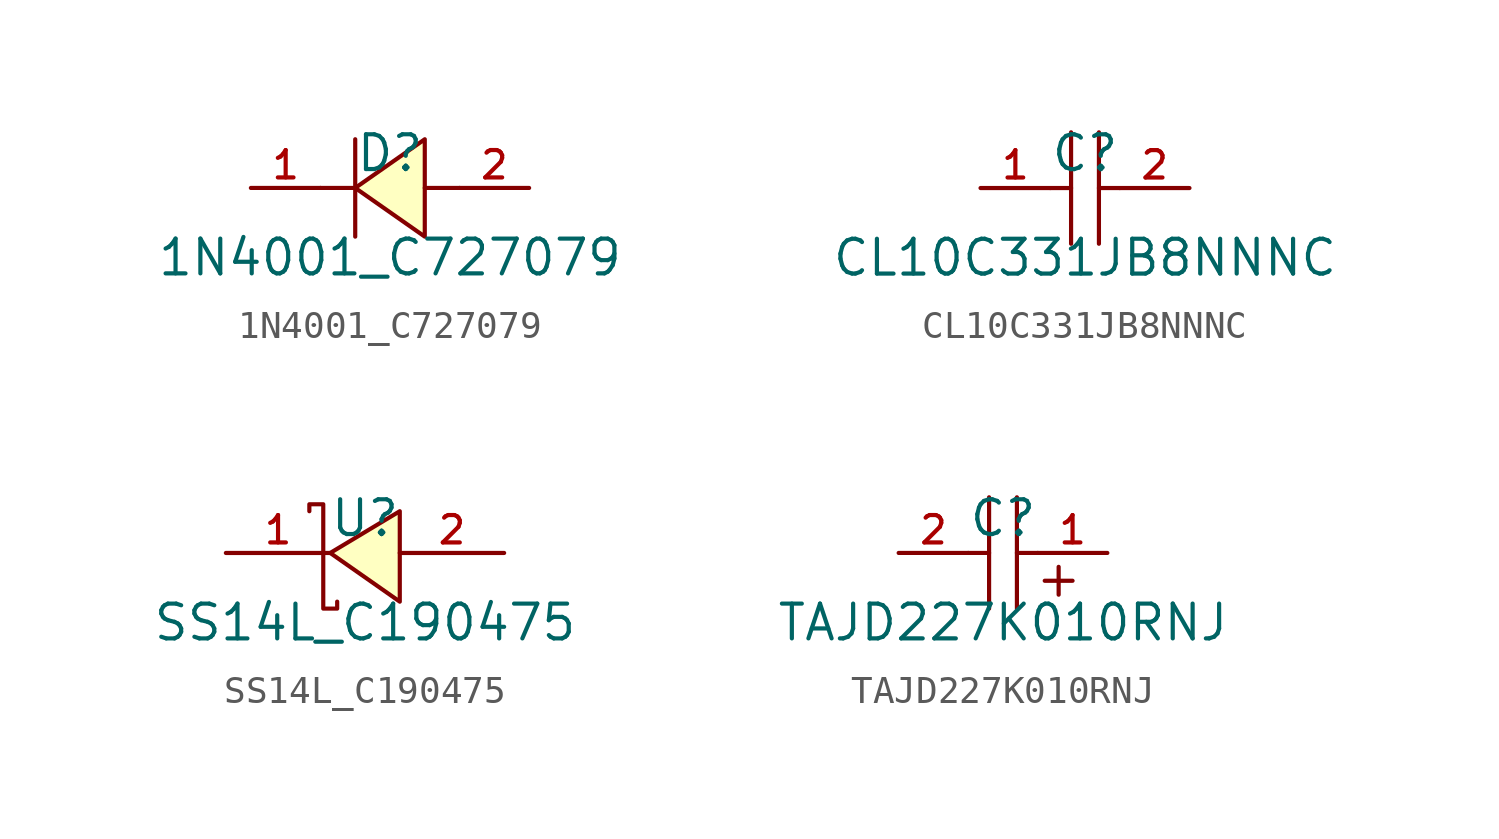
<source format=kicad_sym>
(kicad_symbol_lib
  (version 20210201)
  (generator TousstNicolas/JLC2KiCad_lib)
  (symbol "1N4001_C727079"
    (pin_names hide)
    (property "Reference" "D"
      (at 0 1.27 0)
      (effects (font (size 1.27 1.27))))
    (property "Value" "1N4001_C727079"
      (at 0 -2.54 0)
      (effects (font (size 1.27 1.27))))
    (symbol "1N4001_C727079_0_1"
      (pin unspecified line (at 5.08 -0.0 180) (length 2.54) (name "A" (effects (font (size 1 1)))) (number "2" (effects (font (size 1 1)))))
      (pin unspecified line (at -5.08 -0.0 0) (length 2.54) (name "K" (effects (font (size 1 1)))) (number "1" (effects (font (size 1 1)))))
      (polyline (pts (xy -1.27 -0.0) (xy -2.54 -0.0)) (stroke (width 0) (type default) (color 0 0 0 0)) (fill (type none)))
      (polyline (pts (xy 2.54 -0.0) (xy 1.27 -0.0)) (stroke (width 0) (type default) (color 0 0 0 0)) (fill (type none)))
      (polyline (pts (xy -1.27 1.778) (xy -1.27 -1.778)) (stroke (width 0) (type default) (color 0 0 0 0)) (fill (type none)))
      (polyline (pts (xy 1.27 1.778) (xy -1.27 -0.0) (xy 1.27 -1.778) (xy 1.27 1.778)) (stroke (width 0) (type default) (color 0 0 0 0)) (fill (type background)))))
  (symbol "CL10C331JB8NNNC"
    (pin_names hide)
    (property "Reference" "C"
      (at 0 1.27 0)
      (effects (font (size 1.27 1.27))))
    (property "Value" "CL10C331JB8NNNC"
      (at 0 -2.54 0)
      (effects (font (size 1.27 1.27))))
    (symbol "CL10C331JB8NNNC_0_1"
      (polyline (pts (xy -0.508 2.032) (xy -0.508 -2.032)) (stroke (width 0) (type default) (color 0 0 0 0)) (fill (type none)))
      (polyline (pts (xy 0.508 2.032) (xy 0.508 -2.032)) (stroke (width 0) (type default) (color 0 0 0 0)) (fill (type none)))
      (pin input line (at -3.81 -0.0 0) (length 2.54) (name "1" (effects (font (size 1 1)))) (number "1" (effects (font (size 1 1)))))
      (pin input line (at 3.81 -0.0 180) (length 2.54) (name "2" (effects (font (size 1 1)))) (number "2" (effects (font (size 1 1)))))
      (polyline (pts (xy -1.27 -0.0) (xy -0.508 -0.0)) (stroke (width 0) (type default) (color 0 0 0 0)) (fill (type none)))
      (polyline (pts (xy 0.508 -0.0) (xy 1.27 -0.0)) (stroke (width 0) (type default) (color 0 0 0 0)) (fill (type none)))))
  (symbol "SS14L_C190475"
    (pin_names hide)
    (property "Reference" "U"
      (at 0 1.27 0)
      (effects (font (size 1.27 1.27))))
    (property "Value" "SS14L_C190475"
      (at 0 -2.54 0)
      (effects (font (size 1.27 1.27))))
    (symbol "SS14L_C190475_0_1"
      (pin unspecified line (at 5.08 -0.0 180) (length 3.81) (name "A" (effects (font (size 1 1)))) (number "2" (effects (font (size 1 1)))))
      (pin unspecified line (at -5.08 -0.0 0) (length 3.81) (name "K" (effects (font (size 1 1)))) (number "1" (effects (font (size 1 1)))))
      (polyline (pts (xy -2.032 1.524) (xy -2.032 1.778) (xy -1.524 1.778) (xy -1.524 -2.032) (xy -1.016 -2.032) (xy -1.016 -1.778)) (stroke (width 0) (type default) (color 0 0 0 0)) (fill (type none)))
      (polyline (pts (xy 1.27 1.524) (xy -1.27 -0.0) (xy 1.27 -1.778) (xy 1.27 1.524)) (stroke (width 0) (type default) (color 0 0 0 0)) (fill (type background)))))
  (symbol "TAJD227K010RNJ"
    (pin_names hide)
    (property "Reference" "C"
      (at 0 1.27 0)
      (effects (font (size 1.27 1.27))))
    (property "Value" "TAJD227K010RNJ"
      (at 0 -2.54 0)
      (effects (font (size 1.27 1.27))))
    (symbol "TAJD227K010RNJ_0_1"
      (polyline (pts (xy 0.508 -2.032) (xy 0.508 2.032)) (stroke (width 0) (type default) (color 0 0 0 0)) (fill (type none)))
      (polyline (pts (xy -0.508 -2.032) (xy -0.508 2.032)) (stroke (width 0) (type default) (color 0 0 0 0)) (fill (type none)))
      (pin input line (at 3.81 -0.0 180) (length 2.54) (name "1" (effects (font (size 1 1)))) (number "1" (effects (font (size 1 1)))))
      (pin input line (at -3.81 -0.0 0) (length 2.54) (name "2" (effects (font (size 1 1)))) (number "2" (effects (font (size 1 1)))))
      (polyline (pts (xy 1.27 -0.0) (xy 0.508 -0.0)) (stroke (width 0) (type default) (color 0 0 0 0)) (fill (type none)))
      (polyline (pts (xy -0.508 -0.0) (xy -1.27 -0.0)) (stroke (width 0) (type default) (color 0 0 0 0)) (fill (type none)))
      (polyline (pts (xy 2.54 -1.016) (xy 1.524 -1.016)) (stroke (width 0) (type default) (color 0 0 0 0)) (fill (type none)))
      (polyline (pts (xy 2.032 -1.524) (xy 2.032 -0.508)) (stroke (width 0) (type default) (color 0 0 0 0)) (fill (type none))))))
</source>
